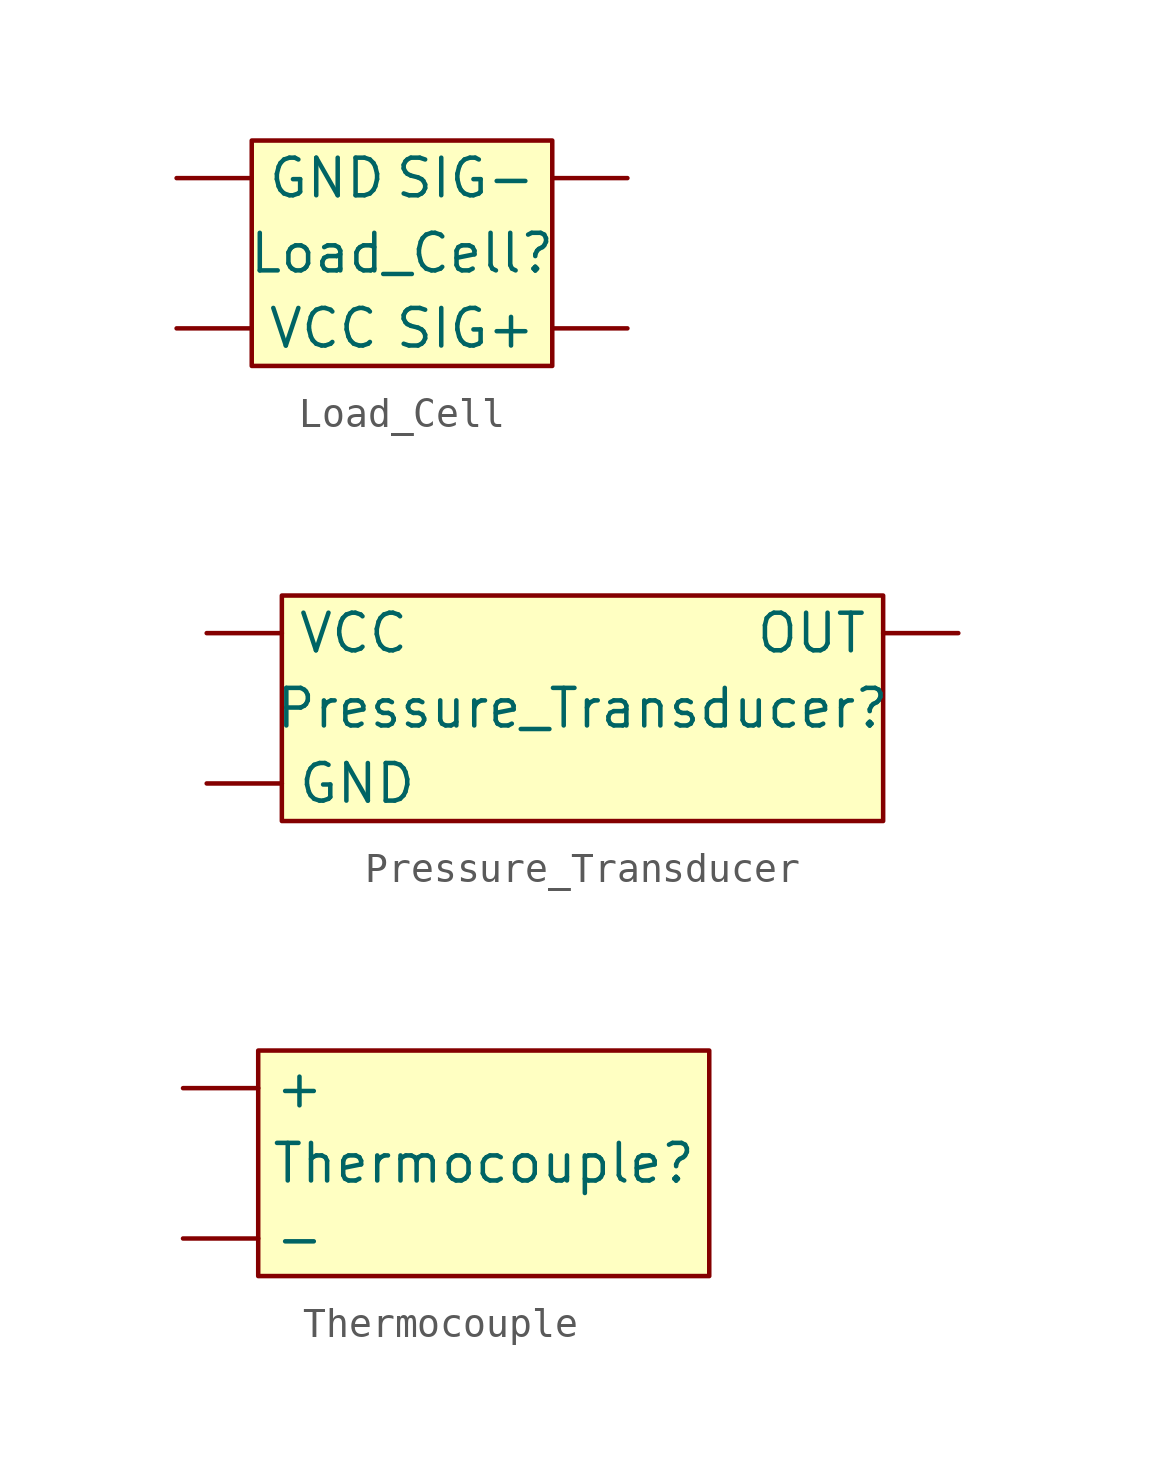
<source format=kicad_sym>
(kicad_symbol_lib
  (version 20231120)
  (generator "kicad_symbol_editor")
  (generator_version "8.0")
  (symbol "Load_Cell"
    (property "Reference" "Load_Cell"
      (at 0 0 0)
      (effects (font (size 1.27 1.27))))
    (property "Value" ""
      (at 0 0 0)
      (effects (font (size 1.27 1.27))))
    (symbol "Load_Cell_0_1"
      (rectangle (start -5.08 3.81) (end 5.08 -3.81) (stroke (width 0) (type default)) (fill (type background))))
    (symbol "Load_Cell_1_1"
      (pin input line (at -7.62 2.54 0) (length 2.54) (name "GND" (effects (font (size 1.27 1.27)))) (number "" (effects (font (size 1.27 1.27)))))
      (pin input line (at 7.62 -2.54 180) (length 2.54) (name "SIG+" (effects (font (size 1.27 1.27)))) (number "" (effects (font (size 1.27 1.27)))))
      (pin input line (at 7.62 2.54 180) (length 2.54) (name "SIG-" (effects (font (size 1.27 1.27)))) (number "" (effects (font (size 1.27 1.27)))))
      (pin input line (at -7.62 -2.54 0) (length 2.54) (name "VCC" (effects (font (size 1.27 1.27)))) (number "" (effects (font (size 1.27 1.27)))))))
  (symbol "Pressure_Transducer"
    (property "Reference" "Pressure_Transducer"
      (at 0 0 0)
      (effects (font (size 1.27 1.27))))
    (property "Value" ""
      (at 0 0 0)
      (effects (font (size 1.27 1.27))))
    (symbol "Pressure_Transducer_0_1"
      (rectangle (start -10.16 3.81) (end 10.16 -3.81) (stroke (width 0) (type default)) (fill (type background))))
    (symbol "Pressure_Transducer_1_1"
      (pin input line (at -12.7 -2.54 0) (length 2.54) (name "GND" (effects (font (size 1.27 1.27)))) (number "" (effects (font (size 1.27 1.27)))))
      (pin input line (at 12.7 2.54 180) (length 2.54) (name "OUT" (effects (font (size 1.27 1.27)))) (number "" (effects (font (size 1.27 1.27)))))
      (pin input line (at -12.7 2.54 0) (length 2.54) (name "VCC" (effects (font (size 1.27 1.27)))) (number "" (effects (font (size 1.27 1.27)))))))
  (symbol "Thermocouple"
    (property "Reference" "Thermocouple"
      (at 0 0 0)
      (effects (font (size 1.27 1.27))))
    (property "Value" ""
      (at 0 0 0)
      (effects (font (size 1.27 1.27))))
    (symbol "Thermocouple_0_1"
      (rectangle (start -7.62 3.81) (end 7.62 -3.81) (stroke (width 0) (type default)) (fill (type background))))
    (symbol "Thermocouple_1_1"
      (pin input line (at -10.16 2.54 0) (length 2.54) (name "+" (effects (font (size 1.27 1.27)))) (number "" (effects (font (size 1.27 1.27)))))
      (pin input line (at -10.16 -2.54 0) (length 2.54) (name "-" (effects (font (size 1.27 1.27)))) (number "" (effects (font (size 1.27 1.27))))))))
</source>
